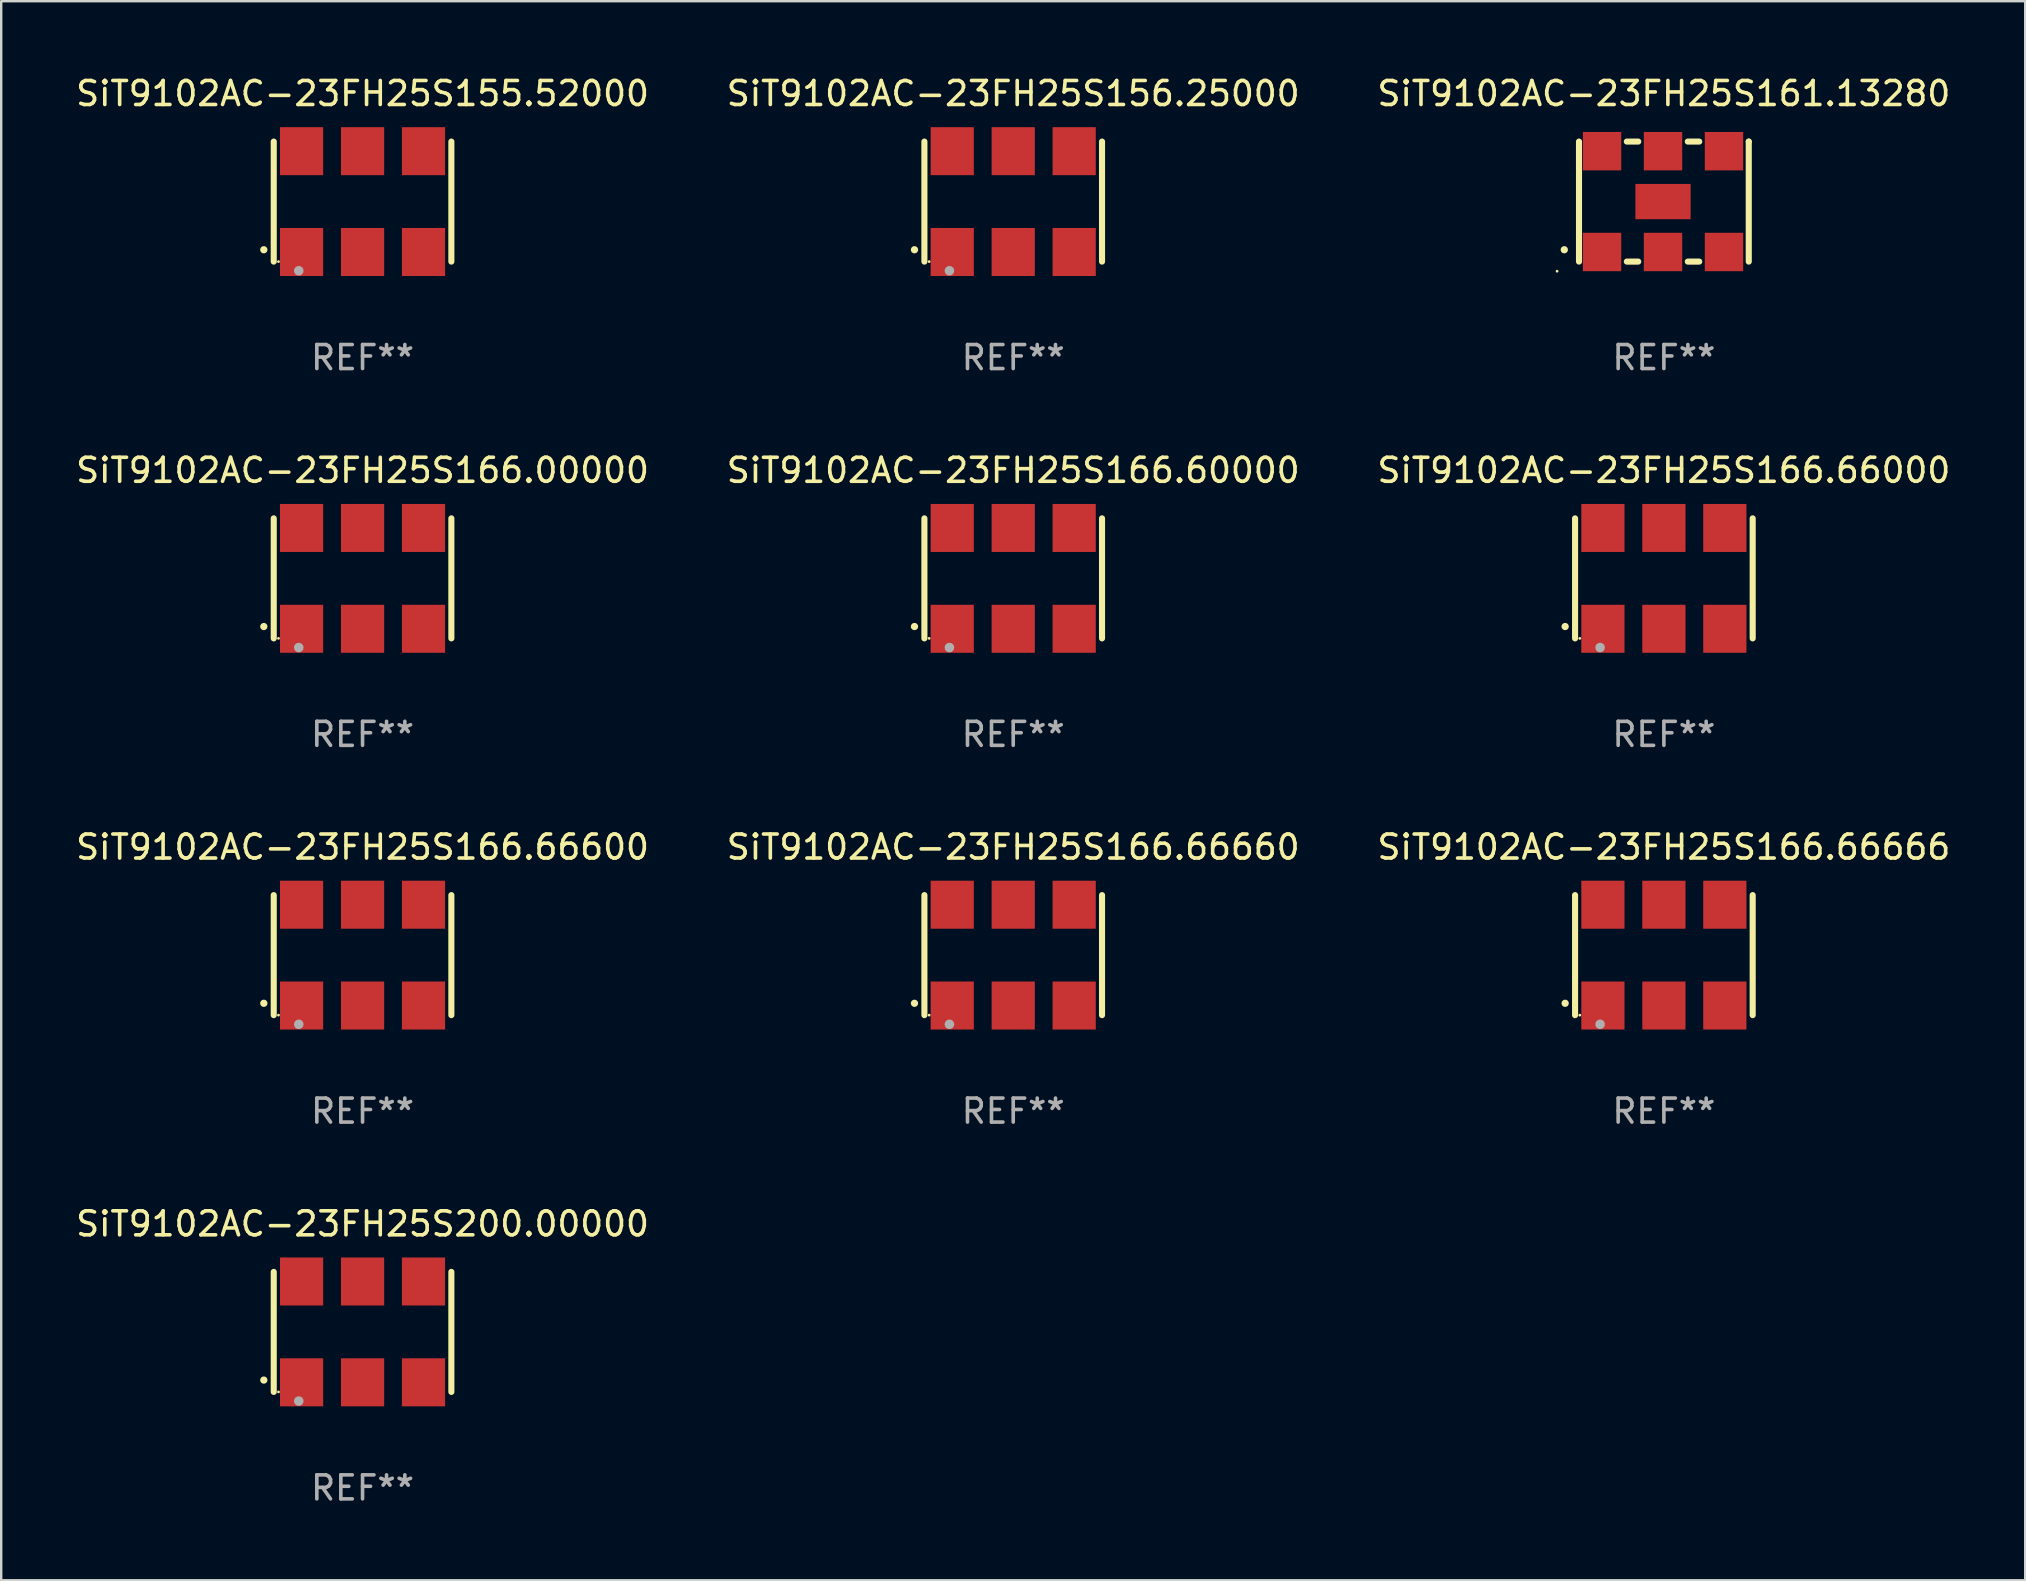
<source format=kicad_pcb>
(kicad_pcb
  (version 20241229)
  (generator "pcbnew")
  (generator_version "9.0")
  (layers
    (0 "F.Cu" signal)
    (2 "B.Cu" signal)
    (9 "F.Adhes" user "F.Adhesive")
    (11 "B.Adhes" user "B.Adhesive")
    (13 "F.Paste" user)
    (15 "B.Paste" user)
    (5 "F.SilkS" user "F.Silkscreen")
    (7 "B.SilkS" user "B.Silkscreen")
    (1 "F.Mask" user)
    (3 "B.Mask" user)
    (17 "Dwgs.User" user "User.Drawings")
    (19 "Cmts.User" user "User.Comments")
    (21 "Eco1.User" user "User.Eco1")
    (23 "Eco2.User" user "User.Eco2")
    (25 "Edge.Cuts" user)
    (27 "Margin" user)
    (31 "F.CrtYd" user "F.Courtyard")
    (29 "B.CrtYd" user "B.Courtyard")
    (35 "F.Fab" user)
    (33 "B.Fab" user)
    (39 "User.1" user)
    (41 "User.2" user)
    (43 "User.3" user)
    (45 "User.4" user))
  (footprint "SiT9102AC-23FH25S161.13280"
    (layer "F.Cu")
    (at 66.268 5.348)
    (property "Reference" "SiT9102AC-23FH25S161.13280" (at 0 -4.5 0) (layer "F.SilkS") (effects (font (size 1 1) (thickness 0.15))))
    (attr through_hole)
    (fp_line (start -3.536 -2.5) (end -3.536 2.5) (stroke (width 0.254) (type solid)) (layer "F.SilkS"))
    (fp_line (start -1.544 2.5) (end -1.067 2.5) (stroke (width 0.254) (type solid)) (layer "F.SilkS"))
    (fp_line (start -1.067 -2.5) (end -1.544 -2.5) (stroke (width 0.254) (type solid)) (layer "F.SilkS"))
    (fp_line (start 0.996 2.5) (end 1.473 2.5) (stroke (width 0.254) (type solid)) (layer "F.SilkS"))
    (fp_line (start 1.473 -2.5) (end 0.996 -2.5) (stroke (width 0.254) (type solid)) (layer "F.SilkS"))
    (fp_line (start 3.536 -2.5) (end 3.536 -2.5) (stroke (width 0.254) (type solid)) (layer "F.SilkS"))
    (fp_line (start 3.536 2.5) (end 3.536 -2.5) (stroke (width 0.254) (type solid)) (layer "F.SilkS"))
    (fp_arc (start -4.150432 2.006604) (mid -4.149162 2.006599) (end -4.147892 2.006604) (stroke (width 0.3) (type solid)) (layer "F.SilkS"))
    (fp_circle (center -4.449 2.9) (end -4.419 2.9) (stroke (width 0.06) (type solid)) (fill no) (layer "F.SilkS"))
    (fp_text user "REF**" (at 0 6.5 0) (layer "F.Fab") (effects (font (size 1 1) (thickness 0.15))))
    (pad "1" smd rect (at -2.576 2.1) (size 1.6 1.6) (layers "F.Cu" "F.Mask" "F.Paste"))
    (pad "2" smd rect (at -0.036 2.1) (size 1.6 1.6) (layers "F.Cu" "F.Mask" "F.Paste"))
    (pad "3" smd rect (at 2.504 2.1) (size 1.6 1.6) (layers "F.Cu" "F.Mask" "F.Paste"))
    (pad "4" smd rect (at 2.504 -2.1) (size 1.6 1.6) (layers "F.Cu" "F.Mask" "F.Paste"))
    (pad "5" smd rect (at -0.036 -2.1) (size 1.6 1.6) (layers "F.Cu" "F.Mask" "F.Paste"))
    (pad "6" smd rect (at -2.576 -2.1) (size 1.6 1.6) (layers "F.Cu" "F.Mask" "F.Paste"))
    (pad "7" smd rect (at -0.036 0) (size 2.3 1.47) (layers "F.Cu" "F.Mask" "F.Paste")))
  (footprint "SiT9102AC-23FH25S155.52000"
    (layer "F.Cu")
    (at 12.054 5.348)
    (property "Reference" "SiT9102AC-23FH25S155.52000" (at 0 -4.5 0) (layer "F.SilkS") (effects (font (size 1 1) (thickness 0.15))))
    (attr through_hole)
    (fp_line (start -3.7 -2.5) (end -3.7 2.5) (stroke (width 0.254) (type solid)) (layer "F.SilkS"))
    (fp_line (start 3.7 -2.5) (end 3.7 2.5) (stroke (width 0.254) (type solid)) (layer "F.SilkS"))
    (fp_arc (start -4.114415 2.006604) (mid -4.113145 2.006599) (end -4.111875 2.006604) (stroke (width 0.3) (type solid)) (layer "F.SilkS"))
    (fp_circle (center -3.502 2.5) (end -3.472 2.5) (stroke (width 0.06) (type solid)) (fill no) (layer "F.SilkS"))
    (fp_circle (center -2.657 2.882) (end -2.557 2.882) (stroke (width 0.2) (type solid)) (fill no) (layer "F.Fab"))
    (fp_text user "REF**" (at 0 6.5 0) (layer "F.Fab") (effects (font (size 1 1) (thickness 0.15))))
    (pad "1" smd rect (at -2.54 2.1) (size 1.8 2) (layers "F.Cu" "F.Mask" "F.Paste"))
    (pad "2" smd rect (at 0.000394 2.1) (size 1.8 2) (layers "F.Cu" "F.Mask" "F.Paste"))
    (pad "3" smd rect (at 2.54 2.1) (size 1.8 2) (layers "F.Cu" "F.Mask" "F.Paste"))
    (pad "4" smd rect (at 2.54 -2.1) (size 1.8 2) (layers "F.Cu" "F.Mask" "F.Paste"))
    (pad "5" smd rect (at 0.000394 -2.1) (size 1.8 2) (layers "F.Cu" "F.Mask" "F.Paste"))
    (pad "6" smd rect (at -2.54 -2.1) (size 1.8 2) (layers "F.Cu" "F.Mask" "F.Paste")))
  (footprint "SiT9102AC-23FH25S166.00000"
    (layer "F.Cu")
    (at 12.054 21.045)
    (property "Reference" "SiT9102AC-23FH25S166.00000" (at 0 -4.5 0) (layer "F.SilkS") (effects (font (size 1 1) (thickness 0.15))))
    (attr through_hole)
    (fp_line (start -3.7 -2.5) (end -3.7 2.5) (stroke (width 0.254) (type solid)) (layer "F.SilkS"))
    (fp_line (start 3.7 -2.5) (end 3.7 2.5) (stroke (width 0.254) (type solid)) (layer "F.SilkS"))
    (fp_arc (start -4.114415 2.006604) (mid -4.113145 2.006599) (end -4.111875 2.006604) (stroke (width 0.3) (type solid)) (layer "F.SilkS"))
    (fp_circle (center -3.502 2.5) (end -3.472 2.5) (stroke (width 0.06) (type solid)) (fill no) (layer "F.SilkS"))
    (fp_circle (center -2.657 2.882) (end -2.557 2.882) (stroke (width 0.2) (type solid)) (fill no) (layer "F.Fab"))
    (fp_text user "REF**" (at 0 6.5 0) (layer "F.Fab") (effects (font (size 1 1) (thickness 0.15))))
    (pad "1" smd rect (at -2.54 2.1) (size 1.8 2) (layers "F.Cu" "F.Mask" "F.Paste"))
    (pad "2" smd rect (at 0.000394 2.1) (size 1.8 2) (layers "F.Cu" "F.Mask" "F.Paste"))
    (pad "3" smd rect (at 2.54 2.1) (size 1.8 2) (layers "F.Cu" "F.Mask" "F.Paste"))
    (pad "4" smd rect (at 2.54 -2.1) (size 1.8 2) (layers "F.Cu" "F.Mask" "F.Paste"))
    (pad "5" smd rect (at 0.000394 -2.1) (size 1.8 2) (layers "F.Cu" "F.Mask" "F.Paste"))
    (pad "6" smd rect (at -2.54 -2.1) (size 1.8 2) (layers "F.Cu" "F.Mask" "F.Paste")))
  (footprint "SiT9102AC-23FH25S166.66666"
    (layer "F.Cu")
    (at 66.268 36.741)
    (property "Reference" "SiT9102AC-23FH25S166.66666" (at 0 -4.5 0) (layer "F.SilkS") (effects (font (size 1 1) (thickness 0.15))))
    (attr through_hole)
    (fp_line (start -3.7 -2.5) (end -3.7 2.5) (stroke (width 0.254) (type solid)) (layer "F.SilkS"))
    (fp_line (start 3.7 -2.5) (end 3.7 2.5) (stroke (width 0.254) (type solid)) (layer "F.SilkS"))
    (fp_arc (start -4.114415 2.006604) (mid -4.113145 2.006599) (end -4.111875 2.006604) (stroke (width 0.3) (type solid)) (layer "F.SilkS"))
    (fp_circle (center -3.502 2.5) (end -3.472 2.5) (stroke (width 0.06) (type solid)) (fill no) (layer "F.SilkS"))
    (fp_circle (center -2.657 2.882) (end -2.557 2.882) (stroke (width 0.2) (type solid)) (fill no) (layer "F.Fab"))
    (fp_text user "REF**" (at 0 6.5 0) (layer "F.Fab") (effects (font (size 1 1) (thickness 0.15))))
    (pad "1" smd rect (at -2.54 2.1) (size 1.8 2) (layers "F.Cu" "F.Mask" "F.Paste"))
    (pad "2" smd rect (at 0.000394 2.1) (size 1.8 2) (layers "F.Cu" "F.Mask" "F.Paste"))
    (pad "3" smd rect (at 2.54 2.1) (size 1.8 2) (layers "F.Cu" "F.Mask" "F.Paste"))
    (pad "4" smd rect (at 2.54 -2.1) (size 1.8 2) (layers "F.Cu" "F.Mask" "F.Paste"))
    (pad "5" smd rect (at 0.000394 -2.1) (size 1.8 2) (layers "F.Cu" "F.Mask" "F.Paste"))
    (pad "6" smd rect (at -2.54 -2.1) (size 1.8 2) (layers "F.Cu" "F.Mask" "F.Paste")))
  (footprint "SiT9102AC-23FH25S166.66600"
    (layer "F.Cu")
    (at 12.054 36.741)
    (property "Reference" "SiT9102AC-23FH25S166.66600" (at 0 -4.5 0) (layer "F.SilkS") (effects (font (size 1 1) (thickness 0.15))))
    (attr through_hole)
    (fp_line (start -3.7 -2.5) (end -3.7 2.5) (stroke (width 0.254) (type solid)) (layer "F.SilkS"))
    (fp_line (start 3.7 -2.5) (end 3.7 2.5) (stroke (width 0.254) (type solid)) (layer "F.SilkS"))
    (fp_arc (start -4.114415 2.006604) (mid -4.113145 2.006599) (end -4.111875 2.006604) (stroke (width 0.3) (type solid)) (layer "F.SilkS"))
    (fp_circle (center -3.502 2.5) (end -3.472 2.5) (stroke (width 0.06) (type solid)) (fill no) (layer "F.SilkS"))
    (fp_circle (center -2.657 2.882) (end -2.557 2.882) (stroke (width 0.2) (type solid)) (fill no) (layer "F.Fab"))
    (fp_text user "REF**" (at 0 6.5 0) (layer "F.Fab") (effects (font (size 1 1) (thickness 0.15))))
    (pad "1" smd rect (at -2.54 2.1) (size 1.8 2) (layers "F.Cu" "F.Mask" "F.Paste"))
    (pad "2" smd rect (at 0.000394 2.1) (size 1.8 2) (layers "F.Cu" "F.Mask" "F.Paste"))
    (pad "3" smd rect (at 2.54 2.1) (size 1.8 2) (layers "F.Cu" "F.Mask" "F.Paste"))
    (pad "4" smd rect (at 2.54 -2.1) (size 1.8 2) (layers "F.Cu" "F.Mask" "F.Paste"))
    (pad "5" smd rect (at 0.000394 -2.1) (size 1.8 2) (layers "F.Cu" "F.Mask" "F.Paste"))
    (pad "6" smd rect (at -2.54 -2.1) (size 1.8 2) (layers "F.Cu" "F.Mask" "F.Paste")))
  (footprint "SiT9102AC-23FH25S156.25000"
    (layer "F.Cu")
    (at 39.161 5.348)
    (property "Reference" "SiT9102AC-23FH25S156.25000" (at 0 -4.5 0) (layer "F.SilkS") (effects (font (size 1 1) (thickness 0.15))))
    (attr through_hole)
    (fp_line (start -3.7 -2.5) (end -3.7 2.5) (stroke (width 0.254) (type solid)) (layer "F.SilkS"))
    (fp_line (start 3.7 -2.5) (end 3.7 2.5) (stroke (width 0.254) (type solid)) (layer "F.SilkS"))
    (fp_arc (start -4.114415 2.006604) (mid -4.113145 2.006599) (end -4.111875 2.006604) (stroke (width 0.3) (type solid)) (layer "F.SilkS"))
    (fp_circle (center -3.502 2.5) (end -3.472 2.5) (stroke (width 0.06) (type solid)) (fill no) (layer "F.SilkS"))
    (fp_circle (center -2.657 2.882) (end -2.557 2.882) (stroke (width 0.2) (type solid)) (fill no) (layer "F.Fab"))
    (fp_text user "REF**" (at 0 6.5 0) (layer "F.Fab") (effects (font (size 1 1) (thickness 0.15))))
    (pad "1" smd rect (at -2.54 2.1) (size 1.8 2) (layers "F.Cu" "F.Mask" "F.Paste"))
    (pad "2" smd rect (at 0.000394 2.1) (size 1.8 2) (layers "F.Cu" "F.Mask" "F.Paste"))
    (pad "3" smd rect (at 2.54 2.1) (size 1.8 2) (layers "F.Cu" "F.Mask" "F.Paste"))
    (pad "4" smd rect (at 2.54 -2.1) (size 1.8 2) (layers "F.Cu" "F.Mask" "F.Paste"))
    (pad "5" smd rect (at 0.000394 -2.1) (size 1.8 2) (layers "F.Cu" "F.Mask" "F.Paste"))
    (pad "6" smd rect (at -2.54 -2.1) (size 1.8 2) (layers "F.Cu" "F.Mask" "F.Paste")))
  (footprint "SiT9102AC-23FH25S166.66000"
    (layer "F.Cu")
    (at 66.268 21.045)
    (property "Reference" "SiT9102AC-23FH25S166.66000" (at 0 -4.5 0) (layer "F.SilkS") (effects (font (size 1 1) (thickness 0.15))))
    (attr through_hole)
    (fp_line (start -3.7 -2.5) (end -3.7 2.5) (stroke (width 0.254) (type solid)) (layer "F.SilkS"))
    (fp_line (start 3.7 -2.5) (end 3.7 2.5) (stroke (width 0.254) (type solid)) (layer "F.SilkS"))
    (fp_arc (start -4.114415 2.006604) (mid -4.113145 2.006599) (end -4.111875 2.006604) (stroke (width 0.3) (type solid)) (layer "F.SilkS"))
    (fp_circle (center -3.502 2.5) (end -3.472 2.5) (stroke (width 0.06) (type solid)) (fill no) (layer "F.SilkS"))
    (fp_circle (center -2.657 2.882) (end -2.557 2.882) (stroke (width 0.2) (type solid)) (fill no) (layer "F.Fab"))
    (fp_text user "REF**" (at 0 6.5 0) (layer "F.Fab") (effects (font (size 1 1) (thickness 0.15))))
    (pad "1" smd rect (at -2.54 2.1) (size 1.8 2) (layers "F.Cu" "F.Mask" "F.Paste"))
    (pad "2" smd rect (at 0.000394 2.1) (size 1.8 2) (layers "F.Cu" "F.Mask" "F.Paste"))
    (pad "3" smd rect (at 2.54 2.1) (size 1.8 2) (layers "F.Cu" "F.Mask" "F.Paste"))
    (pad "4" smd rect (at 2.54 -2.1) (size 1.8 2) (layers "F.Cu" "F.Mask" "F.Paste"))
    (pad "5" smd rect (at 0.000394 -2.1) (size 1.8 2) (layers "F.Cu" "F.Mask" "F.Paste"))
    (pad "6" smd rect (at -2.54 -2.1) (size 1.8 2) (layers "F.Cu" "F.Mask" "F.Paste")))
  (footprint "SiT9102AC-23FH25S166.66660"
    (layer "F.Cu")
    (at 39.161 36.741)
    (property "Reference" "SiT9102AC-23FH25S166.66660" (at 0 -4.5 0) (layer "F.SilkS") (effects (font (size 1 1) (thickness 0.15))))
    (attr through_hole)
    (fp_line (start -3.7 -2.5) (end -3.7 2.5) (stroke (width 0.254) (type solid)) (layer "F.SilkS"))
    (fp_line (start 3.7 -2.5) (end 3.7 2.5) (stroke (width 0.254) (type solid)) (layer "F.SilkS"))
    (fp_arc (start -4.114415 2.006604) (mid -4.113145 2.006599) (end -4.111875 2.006604) (stroke (width 0.3) (type solid)) (layer "F.SilkS"))
    (fp_circle (center -3.502 2.5) (end -3.472 2.5) (stroke (width 0.06) (type solid)) (fill no) (layer "F.SilkS"))
    (fp_circle (center -2.657 2.882) (end -2.557 2.882) (stroke (width 0.2) (type solid)) (fill no) (layer "F.Fab"))
    (fp_text user "REF**" (at 0 6.5 0) (layer "F.Fab") (effects (font (size 1 1) (thickness 0.15))))
    (pad "1" smd rect (at -2.54 2.1) (size 1.8 2) (layers "F.Cu" "F.Mask" "F.Paste"))
    (pad "2" smd rect (at 0.000394 2.1) (size 1.8 2) (layers "F.Cu" "F.Mask" "F.Paste"))
    (pad "3" smd rect (at 2.54 2.1) (size 1.8 2) (layers "F.Cu" "F.Mask" "F.Paste"))
    (pad "4" smd rect (at 2.54 -2.1) (size 1.8 2) (layers "F.Cu" "F.Mask" "F.Paste"))
    (pad "5" smd rect (at 0.000394 -2.1) (size 1.8 2) (layers "F.Cu" "F.Mask" "F.Paste"))
    (pad "6" smd rect (at -2.54 -2.1) (size 1.8 2) (layers "F.Cu" "F.Mask" "F.Paste")))
  (footprint "SiT9102AC-23FH25S200.00000"
    (layer "F.Cu")
    (at 12.054 52.438)
    (property "Reference" "SiT9102AC-23FH25S200.00000" (at 0 -4.5 0) (layer "F.SilkS") (effects (font (size 1 1) (thickness 0.15))))
    (attr through_hole)
    (fp_line (start -3.7 -2.5) (end -3.7 2.5) (stroke (width 0.254) (type solid)) (layer "F.SilkS"))
    (fp_line (start 3.7 -2.5) (end 3.7 2.5) (stroke (width 0.254) (type solid)) (layer "F.SilkS"))
    (fp_arc (start -4.114415 2.006604) (mid -4.113145 2.006599) (end -4.111875 2.006604) (stroke (width 0.3) (type solid)) (layer "F.SilkS"))
    (fp_circle (center -3.502 2.5) (end -3.472 2.5) (stroke (width 0.06) (type solid)) (fill no) (layer "F.SilkS"))
    (fp_circle (center -2.657 2.882) (end -2.557 2.882) (stroke (width 0.2) (type solid)) (fill no) (layer "F.Fab"))
    (fp_text user "REF**" (at 0 6.5 0) (layer "F.Fab") (effects (font (size 1 1) (thickness 0.15))))
    (pad "1" smd rect (at -2.54 2.1) (size 1.8 2) (layers "F.Cu" "F.Mask" "F.Paste"))
    (pad "2" smd rect (at 0.000394 2.1) (size 1.8 2) (layers "F.Cu" "F.Mask" "F.Paste"))
    (pad "3" smd rect (at 2.54 2.1) (size 1.8 2) (layers "F.Cu" "F.Mask" "F.Paste"))
    (pad "4" smd rect (at 2.54 -2.1) (size 1.8 2) (layers "F.Cu" "F.Mask" "F.Paste"))
    (pad "5" smd rect (at 0.000394 -2.1) (size 1.8 2) (layers "F.Cu" "F.Mask" "F.Paste"))
    (pad "6" smd rect (at -2.54 -2.1) (size 1.8 2) (layers "F.Cu" "F.Mask" "F.Paste")))
  (footprint "SiT9102AC-23FH25S166.60000"
    (layer "F.Cu")
    (at 39.161 21.045)
    (property "Reference" "SiT9102AC-23FH25S166.60000" (at 0 -4.5 0) (layer "F.SilkS") (effects (font (size 1 1) (thickness 0.15))))
    (attr through_hole)
    (fp_line (start -3.7 -2.5) (end -3.7 2.5) (stroke (width 0.254) (type solid)) (layer "F.SilkS"))
    (fp_line (start 3.7 -2.5) (end 3.7 2.5) (stroke (width 0.254) (type solid)) (layer "F.SilkS"))
    (fp_arc (start -4.114415 2.006604) (mid -4.113145 2.006599) (end -4.111875 2.006604) (stroke (width 0.3) (type solid)) (layer "F.SilkS"))
    (fp_circle (center -3.502 2.5) (end -3.472 2.5) (stroke (width 0.06) (type solid)) (fill no) (layer "F.SilkS"))
    (fp_circle (center -2.657 2.882) (end -2.557 2.882) (stroke (width 0.2) (type solid)) (fill no) (layer "F.Fab"))
    (fp_text user "REF**" (at 0 6.5 0) (layer "F.Fab") (effects (font (size 1 1) (thickness 0.15))))
    (pad "1" smd rect (at -2.54 2.1) (size 1.8 2) (layers "F.Cu" "F.Mask" "F.Paste"))
    (pad "2" smd rect (at 0.000394 2.1) (size 1.8 2) (layers "F.Cu" "F.Mask" "F.Paste"))
    (pad "3" smd rect (at 2.54 2.1) (size 1.8 2) (layers "F.Cu" "F.Mask" "F.Paste"))
    (pad "4" smd rect (at 2.54 -2.1) (size 1.8 2) (layers "F.Cu" "F.Mask" "F.Paste"))
    (pad "5" smd rect (at 0.000394 -2.1) (size 1.8 2) (layers "F.Cu" "F.Mask" "F.Paste"))
    (pad "6" smd rect (at -2.54 -2.1) (size 1.8 2) (layers "F.Cu" "F.Mask" "F.Paste")))
  (gr_rect
    (start -3 -3)
    (end 81.321 62.786)
    (stroke (width 0.1) (type default))
    (fill no)
    (layer "Edge.Cuts")))
</source>
